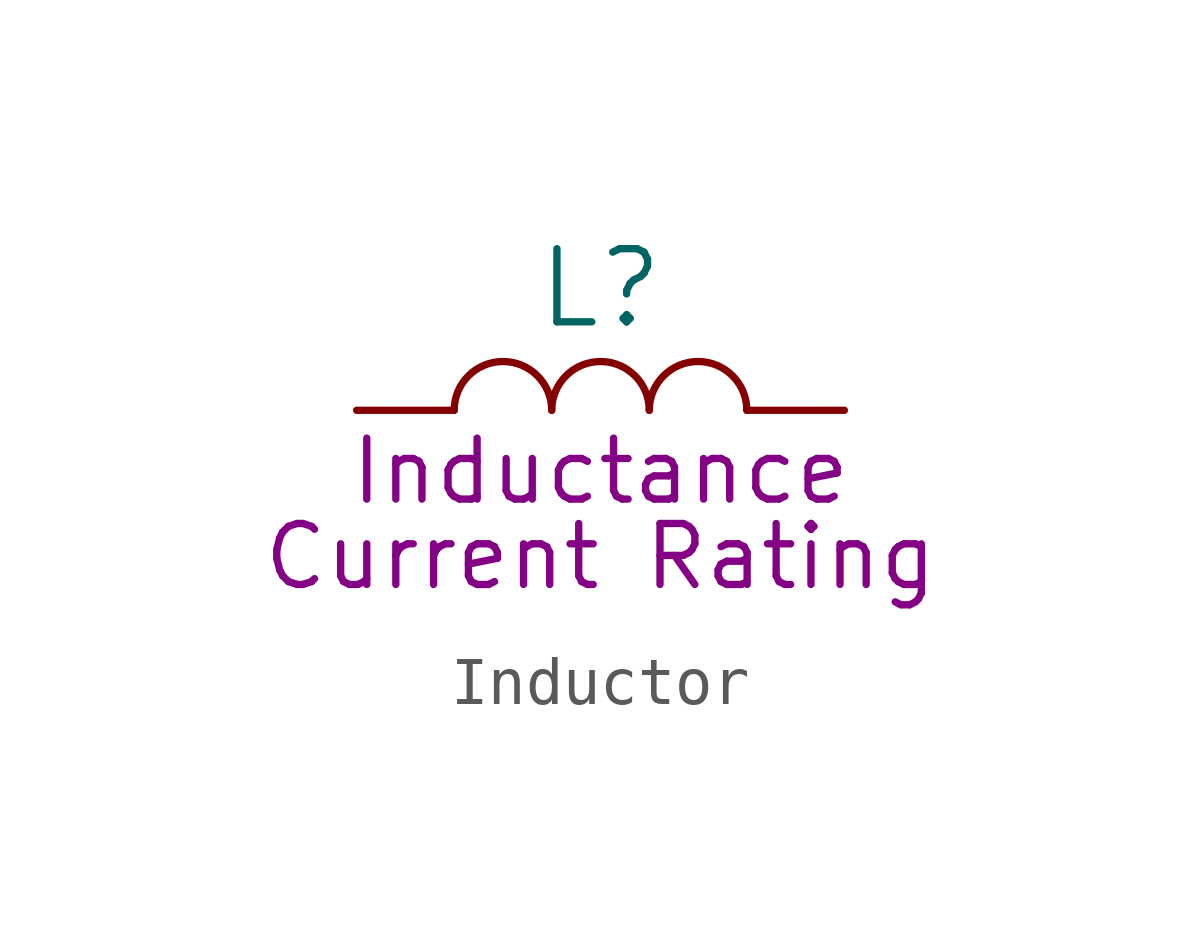
<source format=kicad_sym>
(kicad_symbol_lib
  (version 20211014)
  (generator kicad_symbol_editor)
  (symbol "Inductor"
    (pin_numbers hide)
    (pin_names
      (offset 0) hide)
    (property "Reference" "L"
      (at 0 2.54 0)
      (effects (font (size 1.524 1.524))))
    (property "Inductance (Henry)" "Inductance"
      (at 0 -1.27 0)
      (effects (font (size 1.27 1.27))))
    (property "Current Rating (Ampere)" "Current Rating"
      (at 0 -3.048 0)
      (effects (font (size 1.27 1.27))))
    (symbol "Inductor_0_1"
      (arc (start -1.016 0) (mid -2.032 1.016) (end -3.048 0) (stroke (width 0) (type default) (color 0 0 0 0)) (fill (type none)))
      (arc (start 1.016 0) (mid 0 1.016) (end -1.016 0) (stroke (width 0) (type default) (color 0 0 0 0)) (fill (type none)))
      (arc (start 3.048 0) (mid 2.032 1.016) (end 1.016 0) (stroke (width 0) (type default) (color 0 0 0 0)) (fill (type none))))
    (symbol "Inductor_1_1"
      (pin passive line (at -5.08 0 0) (length 2.032) (name "1" (effects (font (size 1.27 1.27)))) (number "1" (effects (font (size 1.27 1.27)))))
      (pin passive line (at 5.08 0 180) (length 2.032) (name "2" (effects (font (size 1.27 1.27)))) (number "2" (effects (font (size 1.27 1.27))))))))
</source>
